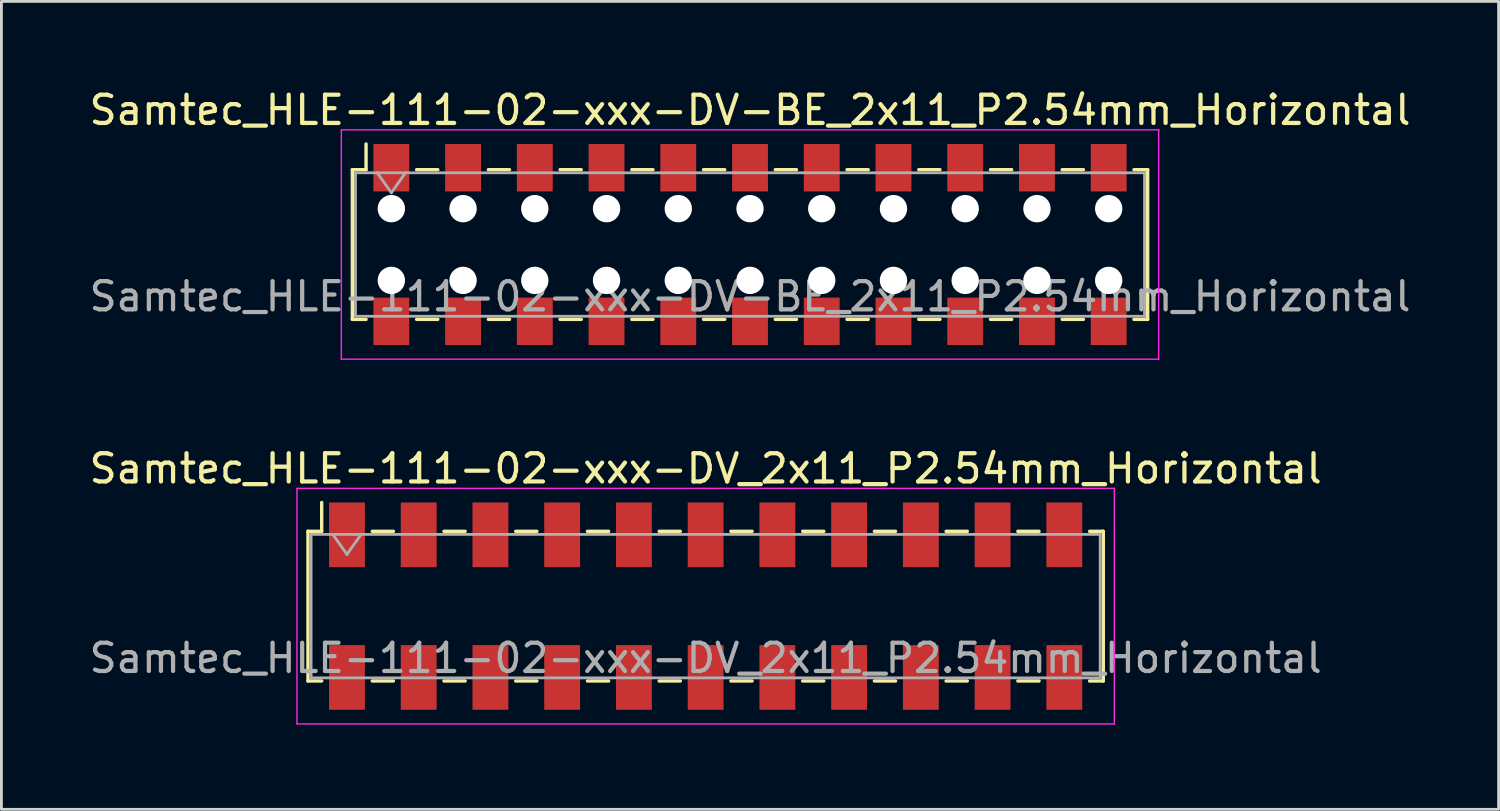
<source format=kicad_pcb>
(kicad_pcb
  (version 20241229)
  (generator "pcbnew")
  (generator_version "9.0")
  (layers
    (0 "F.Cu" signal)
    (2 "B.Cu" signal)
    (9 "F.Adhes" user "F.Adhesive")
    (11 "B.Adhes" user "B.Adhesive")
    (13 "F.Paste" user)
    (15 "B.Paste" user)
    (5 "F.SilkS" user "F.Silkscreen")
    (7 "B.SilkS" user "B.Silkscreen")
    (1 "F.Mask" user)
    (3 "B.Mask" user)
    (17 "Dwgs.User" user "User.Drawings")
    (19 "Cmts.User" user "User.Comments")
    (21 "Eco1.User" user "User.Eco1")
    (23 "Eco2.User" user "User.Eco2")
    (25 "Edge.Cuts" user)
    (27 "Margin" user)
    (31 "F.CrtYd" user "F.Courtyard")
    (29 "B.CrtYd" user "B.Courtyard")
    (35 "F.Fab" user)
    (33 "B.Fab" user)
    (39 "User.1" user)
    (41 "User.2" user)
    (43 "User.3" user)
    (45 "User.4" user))
  (footprint "Samtec_HLE-111-02-xxx-DV_2x11_P2.54mm_Horizontal"
    (layer "F.Cu")
    (at 21.935 18.412)
    (property "Reference" "Samtec_HLE-111-02-xxx-DV_2x11_P2.54mm_Horizontal" (at 0 -4.87 0) (layer "F.SilkS") (effects (font (size 1 1) (thickness 0.15))))
    (attr smd)
    (fp_line (start -14.08 -2.65) (end -14.08 2.65) (stroke (width 0.12) (type solid)) (layer "F.SilkS"))
    (fp_line (start -14.08 2.65) (end -13.595 2.65) (stroke (width 0.12) (type solid)) (layer "F.SilkS"))
    (fp_line (start -13.595 -3.67) (end -13.595 -2.65) (stroke (width 0.12) (type solid)) (layer "F.SilkS"))
    (fp_line (start -13.595 -2.65) (end -14.08 -2.65) (stroke (width 0.12) (type solid)) (layer "F.SilkS"))
    (fp_line (start -11.805 -2.65) (end -11.055 -2.65) (stroke (width 0.12) (type solid)) (layer "F.SilkS"))
    (fp_line (start -11.805 2.65) (end -11.055 2.65) (stroke (width 0.12) (type solid)) (layer "F.SilkS"))
    (fp_line (start -9.265 -2.65) (end -8.515 -2.65) (stroke (width 0.12) (type solid)) (layer "F.SilkS"))
    (fp_line (start -9.265 2.65) (end -8.515 2.65) (stroke (width 0.12) (type solid)) (layer "F.SilkS"))
    (fp_line (start -6.725 -2.65) (end -5.975 -2.65) (stroke (width 0.12) (type solid)) (layer "F.SilkS"))
    (fp_line (start -6.725 2.65) (end -5.975 2.65) (stroke (width 0.12) (type solid)) (layer "F.SilkS"))
    (fp_line (start -4.185 -2.65) (end -3.435 -2.65) (stroke (width 0.12) (type solid)) (layer "F.SilkS"))
    (fp_line (start -4.185 2.65) (end -3.435 2.65) (stroke (width 0.12) (type solid)) (layer "F.SilkS"))
    (fp_line (start -1.645 -2.65) (end -0.895 -2.65) (stroke (width 0.12) (type solid)) (layer "F.SilkS"))
    (fp_line (start -1.645 2.65) (end -0.895 2.65) (stroke (width 0.12) (type solid)) (layer "F.SilkS"))
    (fp_line (start 0.895 -2.65) (end 1.645 -2.65) (stroke (width 0.12) (type solid)) (layer "F.SilkS"))
    (fp_line (start 0.895 2.65) (end 1.645 2.65) (stroke (width 0.12) (type solid)) (layer "F.SilkS"))
    (fp_line (start 3.435 -2.65) (end 4.185 -2.65) (stroke (width 0.12) (type solid)) (layer "F.SilkS"))
    (fp_line (start 3.435 2.65) (end 4.185 2.65) (stroke (width 0.12) (type solid)) (layer "F.SilkS"))
    (fp_line (start 5.975 -2.65) (end 6.725 -2.65) (stroke (width 0.12) (type solid)) (layer "F.SilkS"))
    (fp_line (start 5.975 2.65) (end 6.725 2.65) (stroke (width 0.12) (type solid)) (layer "F.SilkS"))
    (fp_line (start 8.515 -2.65) (end 9.265 -2.65) (stroke (width 0.12) (type solid)) (layer "F.SilkS"))
    (fp_line (start 8.515 2.65) (end 9.265 2.65) (stroke (width 0.12) (type solid)) (layer "F.SilkS"))
    (fp_line (start 11.055 -2.65) (end 11.805 -2.65) (stroke (width 0.12) (type solid)) (layer "F.SilkS"))
    (fp_line (start 11.055 2.65) (end 11.805 2.65) (stroke (width 0.12) (type solid)) (layer "F.SilkS"))
    (fp_line (start 13.595 -2.65) (end 14.08 -2.65) (stroke (width 0.12) (type solid)) (layer "F.SilkS"))
    (fp_line (start 14.08 -2.65) (end 14.08 2.65) (stroke (width 0.12) (type solid)) (layer "F.SilkS"))
    (fp_line (start 14.08 2.65) (end 13.595 2.65) (stroke (width 0.12) (type solid)) (layer "F.SilkS"))
    (fp_line (start -14.47 -4.17) (end 14.47 -4.17) (stroke (width 0.05) (type solid)) (layer "F.CrtYd"))
    (fp_line (start -14.47 4.17) (end -14.47 -4.17) (stroke (width 0.05) (type solid)) (layer "F.CrtYd"))
    (fp_line (start 14.47 -4.17) (end 14.47 4.17) (stroke (width 0.05) (type solid)) (layer "F.CrtYd"))
    (fp_line (start 14.47 4.17) (end -14.47 4.17) (stroke (width 0.05) (type solid)) (layer "F.CrtYd"))
    (fp_line (start -13.97 -2.54) (end 13.97 -2.54) (stroke (width 0.1) (type solid)) (layer "F.Fab"))
    (fp_line (start -13.97 2.54) (end -13.97 -2.54) (stroke (width 0.1) (type solid)) (layer "F.Fab"))
    (fp_line (start -13.2 -2.54) (end -12.7 -1.833) (stroke (width 0.1) (type solid)) (layer "F.Fab"))
    (fp_line (start -12.7 -1.833) (end -12.2 -2.54) (stroke (width 0.1) (type solid)) (layer "F.Fab"))
    (fp_line (start 13.97 -2.54) (end 13.97 2.54) (stroke (width 0.1) (type solid)) (layer "F.Fab"))
    (fp_line (start 13.97 2.54) (end -13.97 2.54) (stroke (width 0.1) (type solid)) (layer "F.Fab"))
    (fp_text user "${REFERENCE}" (at 0 1.84 0) (layer "F.Fab") (effects (font (size 1 1) (thickness 0.15))))
    (pad "1" smd rect (at -12.7 -2.525) (size 1.27 2.29) (layers "F.Cu" "F.Mask" "F.Paste"))
    (pad "2" smd rect (at -12.7 2.525) (size 1.27 2.29) (layers "F.Cu" "F.Mask" "F.Paste"))
    (pad "3" smd rect (at -10.16 -2.525) (size 1.27 2.29) (layers "F.Cu" "F.Mask" "F.Paste"))
    (pad "4" smd rect (at -10.16 2.525) (size 1.27 2.29) (layers "F.Cu" "F.Mask" "F.Paste"))
    (pad "5" smd rect (at -7.62 -2.525) (size 1.27 2.29) (layers "F.Cu" "F.Mask" "F.Paste"))
    (pad "6" smd rect (at -7.62 2.525) (size 1.27 2.29) (layers "F.Cu" "F.Mask" "F.Paste"))
    (pad "7" smd rect (at -5.08 -2.525) (size 1.27 2.29) (layers "F.Cu" "F.Mask" "F.Paste"))
    (pad "8" smd rect (at -5.08 2.525) (size 1.27 2.29) (layers "F.Cu" "F.Mask" "F.Paste"))
    (pad "9" smd rect (at -2.54 -2.525) (size 1.27 2.29) (layers "F.Cu" "F.Mask" "F.Paste"))
    (pad "10" smd rect (at -2.54 2.525) (size 1.27 2.29) (layers "F.Cu" "F.Mask" "F.Paste"))
    (pad "11" smd rect (at 0 -2.525) (size 1.27 2.29) (layers "F.Cu" "F.Mask" "F.Paste"))
    (pad "12" smd rect (at 0 2.525) (size 1.27 2.29) (layers "F.Cu" "F.Mask" "F.Paste"))
    (pad "13" smd rect (at 2.54 -2.525) (size 1.27 2.29) (layers "F.Cu" "F.Mask" "F.Paste"))
    (pad "14" smd rect (at 2.54 2.525) (size 1.27 2.29) (layers "F.Cu" "F.Mask" "F.Paste"))
    (pad "15" smd rect (at 5.08 -2.525) (size 1.27 2.29) (layers "F.Cu" "F.Mask" "F.Paste"))
    (pad "16" smd rect (at 5.08 2.525) (size 1.27 2.29) (layers "F.Cu" "F.Mask" "F.Paste"))
    (pad "17" smd rect (at 7.62 -2.525) (size 1.27 2.29) (layers "F.Cu" "F.Mask" "F.Paste"))
    (pad "18" smd rect (at 7.62 2.525) (size 1.27 2.29) (layers "F.Cu" "F.Mask" "F.Paste"))
    (pad "19" smd rect (at 10.16 -2.525) (size 1.27 2.29) (layers "F.Cu" "F.Mask" "F.Paste"))
    (pad "20" smd rect (at 10.16 2.525) (size 1.27 2.29) (layers "F.Cu" "F.Mask" "F.Paste"))
    (pad "21" smd rect (at 12.7 -2.525) (size 1.27 2.29) (layers "F.Cu" "F.Mask" "F.Paste"))
    (pad "22" smd rect (at 12.7 2.525) (size 1.27 2.29) (layers "F.Cu" "F.Mask" "F.Paste")))
  (footprint "Samtec_HLE-111-02-xxx-DV-BE_2x11_P2.54mm_Horizontal"
    (layer "F.Cu")
    (at 23.506 5.608)
    (property "Reference" "Samtec_HLE-111-02-xxx-DV-BE_2x11_P2.54mm_Horizontal" (at 0 -4.76 0) (layer "F.SilkS") (effects (font (size 1 1) (thickness 0.15))))
    (attr smd)
    (fp_line (start -14.08 -2.65) (end -14.08 2.65) (stroke (width 0.12) (type solid)) (layer "F.SilkS"))
    (fp_line (start -14.08 2.65) (end -13.595 2.65) (stroke (width 0.12) (type solid)) (layer "F.SilkS"))
    (fp_line (start -13.595 -3.56) (end -13.595 -2.65) (stroke (width 0.12) (type solid)) (layer "F.SilkS"))
    (fp_line (start -13.595 -2.65) (end -14.08 -2.65) (stroke (width 0.12) (type solid)) (layer "F.SilkS"))
    (fp_line (start -11.805 -2.65) (end -11.055 -2.65) (stroke (width 0.12) (type solid)) (layer "F.SilkS"))
    (fp_line (start -11.805 2.65) (end -11.055 2.65) (stroke (width 0.12) (type solid)) (layer "F.SilkS"))
    (fp_line (start -9.265 -2.65) (end -8.515 -2.65) (stroke (width 0.12) (type solid)) (layer "F.SilkS"))
    (fp_line (start -9.265 2.65) (end -8.515 2.65) (stroke (width 0.12) (type solid)) (layer "F.SilkS"))
    (fp_line (start -6.725 -2.65) (end -5.975 -2.65) (stroke (width 0.12) (type solid)) (layer "F.SilkS"))
    (fp_line (start -6.725 2.65) (end -5.975 2.65) (stroke (width 0.12) (type solid)) (layer "F.SilkS"))
    (fp_line (start -4.185 -2.65) (end -3.435 -2.65) (stroke (width 0.12) (type solid)) (layer "F.SilkS"))
    (fp_line (start -4.185 2.65) (end -3.435 2.65) (stroke (width 0.12) (type solid)) (layer "F.SilkS"))
    (fp_line (start -1.645 -2.65) (end -0.895 -2.65) (stroke (width 0.12) (type solid)) (layer "F.SilkS"))
    (fp_line (start -1.645 2.65) (end -0.895 2.65) (stroke (width 0.12) (type solid)) (layer "F.SilkS"))
    (fp_line (start 0.895 -2.65) (end 1.645 -2.65) (stroke (width 0.12) (type solid)) (layer "F.SilkS"))
    (fp_line (start 0.895 2.65) (end 1.645 2.65) (stroke (width 0.12) (type solid)) (layer "F.SilkS"))
    (fp_line (start 3.435 -2.65) (end 4.185 -2.65) (stroke (width 0.12) (type solid)) (layer "F.SilkS"))
    (fp_line (start 3.435 2.65) (end 4.185 2.65) (stroke (width 0.12) (type solid)) (layer "F.SilkS"))
    (fp_line (start 5.975 -2.65) (end 6.725 -2.65) (stroke (width 0.12) (type solid)) (layer "F.SilkS"))
    (fp_line (start 5.975 2.65) (end 6.725 2.65) (stroke (width 0.12) (type solid)) (layer "F.SilkS"))
    (fp_line (start 8.515 -2.65) (end 9.265 -2.65) (stroke (width 0.12) (type solid)) (layer "F.SilkS"))
    (fp_line (start 8.515 2.65) (end 9.265 2.65) (stroke (width 0.12) (type solid)) (layer "F.SilkS"))
    (fp_line (start 11.055 -2.65) (end 11.805 -2.65) (stroke (width 0.12) (type solid)) (layer "F.SilkS"))
    (fp_line (start 11.055 2.65) (end 11.805 2.65) (stroke (width 0.12) (type solid)) (layer "F.SilkS"))
    (fp_line (start 13.595 -2.65) (end 14.08 -2.65) (stroke (width 0.12) (type solid)) (layer "F.SilkS"))
    (fp_line (start 14.08 -2.65) (end 14.08 2.65) (stroke (width 0.12) (type solid)) (layer "F.SilkS"))
    (fp_line (start 14.08 2.65) (end 13.595 2.65) (stroke (width 0.12) (type solid)) (layer "F.SilkS"))
    (fp_line (start -14.47 -4.06) (end 14.47 -4.06) (stroke (width 0.05) (type solid)) (layer "F.CrtYd"))
    (fp_line (start -14.47 4.06) (end -14.47 -4.06) (stroke (width 0.05) (type solid)) (layer "F.CrtYd"))
    (fp_line (start 14.47 -4.06) (end 14.47 4.06) (stroke (width 0.05) (type solid)) (layer "F.CrtYd"))
    (fp_line (start 14.47 4.06) (end -14.47 4.06) (stroke (width 0.05) (type solid)) (layer "F.CrtYd"))
    (fp_line (start -13.97 -2.54) (end 13.97 -2.54) (stroke (width 0.1) (type solid)) (layer "F.Fab"))
    (fp_line (start -13.97 2.54) (end -13.97 -2.54) (stroke (width 0.1) (type solid)) (layer "F.Fab"))
    (fp_line (start -13.2 -2.54) (end -12.7 -1.833) (stroke (width 0.1) (type solid)) (layer "F.Fab"))
    (fp_line (start -12.7 -1.833) (end -12.2 -2.54) (stroke (width 0.1) (type solid)) (layer "F.Fab"))
    (fp_line (start 13.97 -2.54) (end 13.97 2.54) (stroke (width 0.1) (type solid)) (layer "F.Fab"))
    (fp_line (start 13.97 2.54) (end -13.97 2.54) (stroke (width 0.1) (type solid)) (layer "F.Fab"))
    (fp_text user "${REFERENCE}" (at 0 1.84 0) (layer "F.Fab") (effects (font (size 1 1) (thickness 0.15))))
    (pad "" np_thru_hole circle (at -12.7 -1.27) (size 0.97 0.97) (drill 0.97) (layers "*.Cu" "*.Mask"))
    (pad "" np_thru_hole circle (at -12.7 1.27) (size 0.97 0.97) (drill 0.97) (layers "*.Cu" "*.Mask"))
    (pad "" np_thru_hole circle (at -10.16 -1.27) (size 0.97 0.97) (drill 0.97) (layers "*.Cu" "*.Mask"))
    (pad "" np_thru_hole circle (at -10.16 1.27) (size 0.97 0.97) (drill 0.97) (layers "*.Cu" "*.Mask"))
    (pad "" np_thru_hole circle (at -7.62 -1.27) (size 0.97 0.97) (drill 0.97) (layers "*.Cu" "*.Mask"))
    (pad "" np_thru_hole circle (at -7.62 1.27) (size 0.97 0.97) (drill 0.97) (layers "*.Cu" "*.Mask"))
    (pad "" np_thru_hole circle (at -5.08 -1.27) (size 0.97 0.97) (drill 0.97) (layers "*.Cu" "*.Mask"))
    (pad "" np_thru_hole circle (at -5.08 1.27) (size 0.97 0.97) (drill 0.97) (layers "*.Cu" "*.Mask"))
    (pad "" np_thru_hole circle (at -2.54 -1.27) (size 0.97 0.97) (drill 0.97) (layers "*.Cu" "*.Mask"))
    (pad "" np_thru_hole circle (at -2.54 1.27) (size 0.97 0.97) (drill 0.97) (layers "*.Cu" "*.Mask"))
    (pad "" np_thru_hole circle (at 0 -1.27) (size 0.97 0.97) (drill 0.97) (layers "*.Cu" "*.Mask"))
    (pad "" np_thru_hole circle (at 0 1.27) (size 0.97 0.97) (drill 0.97) (layers "*.Cu" "*.Mask"))
    (pad "" np_thru_hole circle (at 2.54 -1.27) (size 0.97 0.97) (drill 0.97) (layers "*.Cu" "*.Mask"))
    (pad "" np_thru_hole circle (at 2.54 1.27) (size 0.97 0.97) (drill 0.97) (layers "*.Cu" "*.Mask"))
    (pad "" np_thru_hole circle (at 5.08 -1.27) (size 0.97 0.97) (drill 0.97) (layers "*.Cu" "*.Mask"))
    (pad "" np_thru_hole circle (at 5.08 1.27) (size 0.97 0.97) (drill 0.97) (layers "*.Cu" "*.Mask"))
    (pad "" np_thru_hole circle (at 7.62 -1.27) (size 0.97 0.97) (drill 0.97) (layers "*.Cu" "*.Mask"))
    (pad "" np_thru_hole circle (at 7.62 1.27) (size 0.97 0.97) (drill 0.97) (layers "*.Cu" "*.Mask"))
    (pad "" np_thru_hole circle (at 10.16 -1.27) (size 0.97 0.97) (drill 0.97) (layers "*.Cu" "*.Mask"))
    (pad "" np_thru_hole circle (at 10.16 1.27) (size 0.97 0.97) (drill 0.97) (layers "*.Cu" "*.Mask"))
    (pad "" np_thru_hole circle (at 12.7 -1.27) (size 0.97 0.97) (drill 0.97) (layers "*.Cu" "*.Mask"))
    (pad "" np_thru_hole circle (at 12.7 1.27) (size 0.97 0.97) (drill 0.97) (layers "*.Cu" "*.Mask"))
    (pad "1" smd rect (at -12.7 -2.72) (size 1.27 1.68) (layers "F.Cu" "F.Mask" "F.Paste"))
    (pad "2" smd rect (at -12.7 2.72) (size 1.27 1.68) (layers "F.Cu" "F.Mask" "F.Paste"))
    (pad "3" smd rect (at -10.16 -2.72) (size 1.27 1.68) (layers "F.Cu" "F.Mask" "F.Paste"))
    (pad "4" smd rect (at -10.16 2.72) (size 1.27 1.68) (layers "F.Cu" "F.Mask" "F.Paste"))
    (pad "5" smd rect (at -7.62 -2.72) (size 1.27 1.68) (layers "F.Cu" "F.Mask" "F.Paste"))
    (pad "6" smd rect (at -7.62 2.72) (size 1.27 1.68) (layers "F.Cu" "F.Mask" "F.Paste"))
    (pad "7" smd rect (at -5.08 -2.72) (size 1.27 1.68) (layers "F.Cu" "F.Mask" "F.Paste"))
    (pad "8" smd rect (at -5.08 2.72) (size 1.27 1.68) (layers "F.Cu" "F.Mask" "F.Paste"))
    (pad "9" smd rect (at -2.54 -2.72) (size 1.27 1.68) (layers "F.Cu" "F.Mask" "F.Paste"))
    (pad "10" smd rect (at -2.54 2.72) (size 1.27 1.68) (layers "F.Cu" "F.Mask" "F.Paste"))
    (pad "11" smd rect (at 0 -2.72) (size 1.27 1.68) (layers "F.Cu" "F.Mask" "F.Paste"))
    (pad "12" smd rect (at 0 2.72) (size 1.27 1.68) (layers "F.Cu" "F.Mask" "F.Paste"))
    (pad "13" smd rect (at 2.54 -2.72) (size 1.27 1.68) (layers "F.Cu" "F.Mask" "F.Paste"))
    (pad "14" smd rect (at 2.54 2.72) (size 1.27 1.68) (layers "F.Cu" "F.Mask" "F.Paste"))
    (pad "15" smd rect (at 5.08 -2.72) (size 1.27 1.68) (layers "F.Cu" "F.Mask" "F.Paste"))
    (pad "16" smd rect (at 5.08 2.72) (size 1.27 1.68) (layers "F.Cu" "F.Mask" "F.Paste"))
    (pad "17" smd rect (at 7.62 -2.72) (size 1.27 1.68) (layers "F.Cu" "F.Mask" "F.Paste"))
    (pad "18" smd rect (at 7.62 2.72) (size 1.27 1.68) (layers "F.Cu" "F.Mask" "F.Paste"))
    (pad "19" smd rect (at 10.16 -2.72) (size 1.27 1.68) (layers "F.Cu" "F.Mask" "F.Paste"))
    (pad "20" smd rect (at 10.16 2.72) (size 1.27 1.68) (layers "F.Cu" "F.Mask" "F.Paste"))
    (pad "21" smd rect (at 12.7 -2.72) (size 1.27 1.68) (layers "F.Cu" "F.Mask" "F.Paste"))
    (pad "22" smd rect (at 12.7 2.72) (size 1.27 1.68) (layers "F.Cu" "F.Mask" "F.Paste")))
  (gr_rect
    (start -3 -3)
    (end 50.012 25.607)
    (stroke (width 0.1) (type default))
    (fill no)
    (layer "Edge.Cuts")))
</source>
